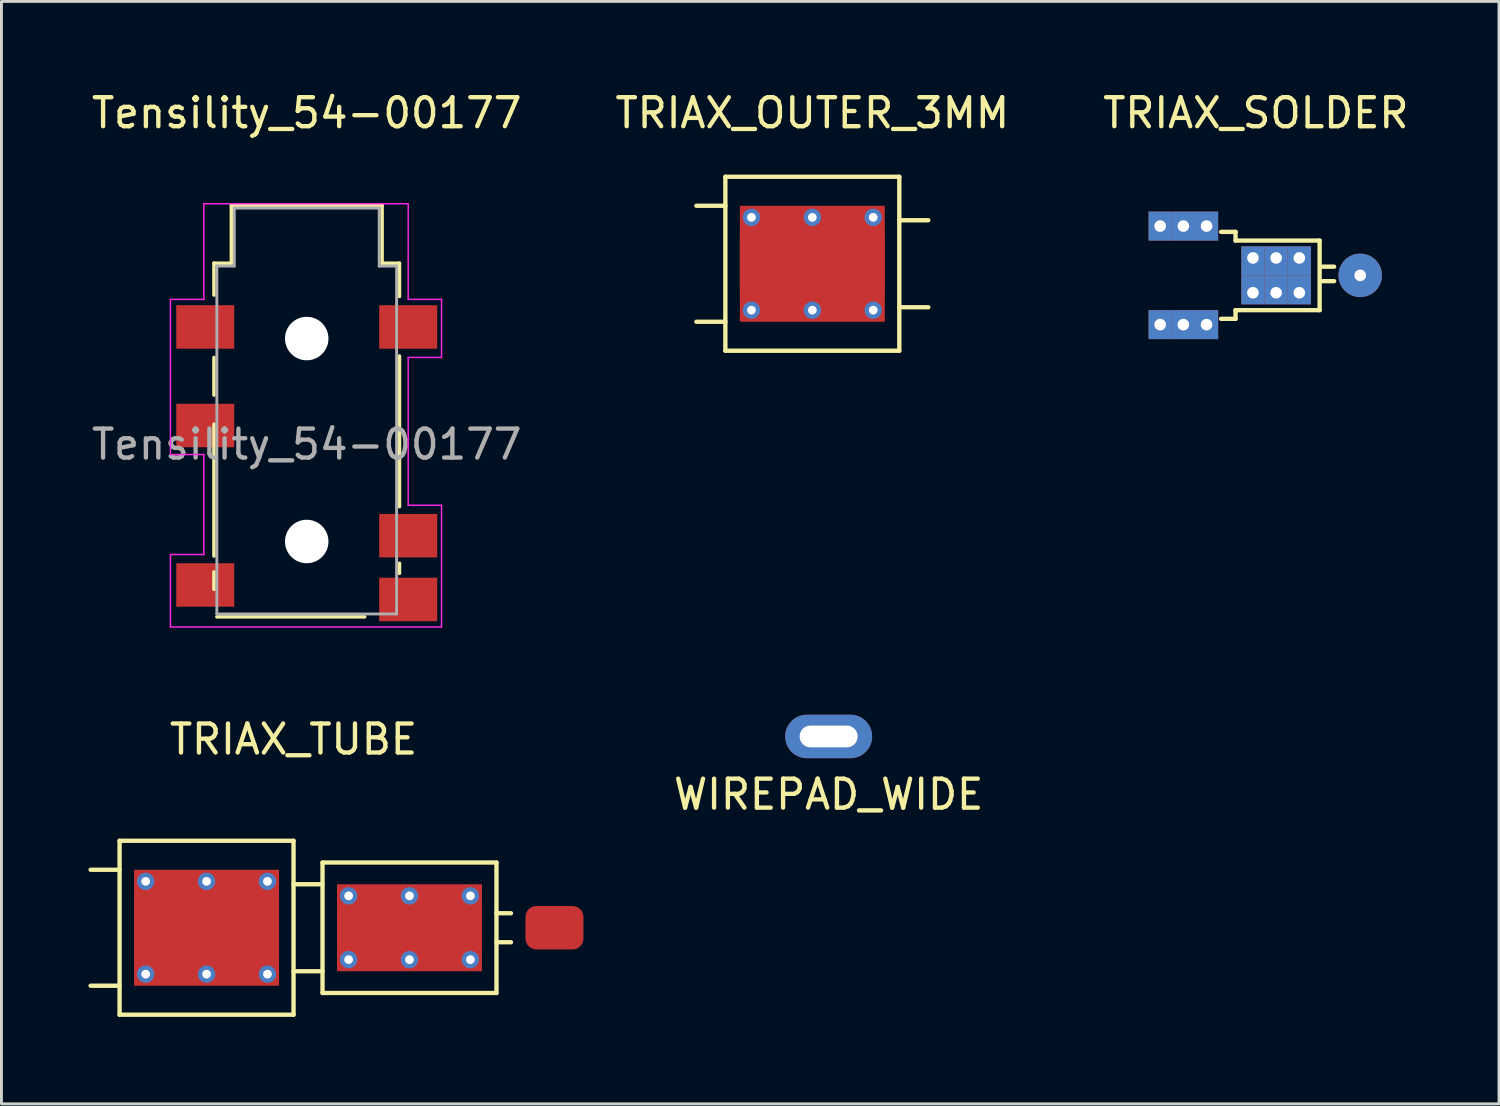
<source format=kicad_pcb>
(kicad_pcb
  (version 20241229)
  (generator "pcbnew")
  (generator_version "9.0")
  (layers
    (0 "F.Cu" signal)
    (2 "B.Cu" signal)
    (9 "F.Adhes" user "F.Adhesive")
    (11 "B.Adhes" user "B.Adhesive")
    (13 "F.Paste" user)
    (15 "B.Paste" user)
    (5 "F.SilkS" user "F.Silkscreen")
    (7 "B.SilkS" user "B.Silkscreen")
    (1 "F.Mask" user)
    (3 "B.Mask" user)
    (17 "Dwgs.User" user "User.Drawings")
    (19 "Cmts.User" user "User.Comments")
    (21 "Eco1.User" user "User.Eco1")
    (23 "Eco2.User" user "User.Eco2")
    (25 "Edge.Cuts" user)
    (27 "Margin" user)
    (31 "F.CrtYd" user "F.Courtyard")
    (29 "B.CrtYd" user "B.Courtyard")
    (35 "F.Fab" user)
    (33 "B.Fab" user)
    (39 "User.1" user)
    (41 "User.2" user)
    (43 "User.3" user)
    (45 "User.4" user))
  (footprint "TRIAX_TUBE"
    (layer "F.Cu")
    (at 12.575 28.951)
    (property "Reference" "TRIAX_TUBE" (at -5.5 -6.5 0) (layer "F.SilkS") (effects (font (size 1 1) (thickness 0.15))))
    (attr through_hole)
    (fp_line (start -12.5 -2) (end -11.5 -2) (stroke (width 0.15) (type solid)) (layer "F.SilkS"))
    (fp_line (start -12.5 2) (end -11.5 2) (stroke (width 0.15) (type solid)) (layer "F.SilkS"))
    (fp_line (start -11.5 -3) (end -5.5 -3) (stroke (width 0.15) (type solid)) (layer "F.SilkS"))
    (fp_line (start -11.5 3) (end -11.5 -3) (stroke (width 0.15) (type solid)) (layer "F.SilkS"))
    (fp_line (start -5.5 -3) (end -5.5 3) (stroke (width 0.15) (type solid)) (layer "F.SilkS"))
    (fp_line (start -5.5 -1.5) (end -4.5 -1.5) (stroke (width 0.15) (type solid)) (layer "F.SilkS"))
    (fp_line (start -5.5 1.5) (end -4.5 1.5) (stroke (width 0.15) (type solid)) (layer "F.SilkS"))
    (fp_line (start -5.5 3) (end -11.5 3) (stroke (width 0.15) (type solid)) (layer "F.SilkS"))
    (fp_line (start -4.5 -2.25) (end 1.5 -2.25) (stroke (width 0.15) (type solid)) (layer "F.SilkS"))
    (fp_line (start -4.5 2.25) (end -4.5 -2.25) (stroke (width 0.15) (type solid)) (layer "F.SilkS"))
    (fp_line (start 1.5 -2.25) (end 1.5 2.25) (stroke (width 0.15) (type solid)) (layer "F.SilkS"))
    (fp_line (start 1.5 -0.5) (end 2 -0.5) (stroke (width 0.15) (type solid)) (layer "F.SilkS"))
    (fp_line (start 1.5 0.5) (end 2 0.5) (stroke (width 0.15) (type solid)) (layer "F.SilkS"))
    (fp_line (start 1.5 2.25) (end -4.5 2.25) (stroke (width 0.15) (type solid)) (layer "F.SilkS"))
    (pad "1" smd roundrect (at 3.5 0) (size 2 1.5) (layers "F.Cu" "F.Mask") (roundrect_rratio 0.25))
    (pad "2" thru_hole circle (at -3.6 -1.1) (size 0.6 0.6) (drill 0.3) (layers "*.Cu" "*.Mask"))
    (pad "2" thru_hole circle (at -3.6 1.1) (size 0.6 0.6) (drill 0.3) (layers "*.Cu" "*.Mask"))
    (pad "2" smd rect (at -3 0) (size 2 1.5) (layers "F.Cu" "F.Mask" "F.Paste"))
    (pad "2" thru_hole circle (at -1.5 -1.1) (size 0.6 0.6) (drill 0.3) (layers "*.Cu" "*.Mask"))
    (pad "2" smd rect (at -1.5 0) (size 5 3) (layers "F.Cu" "F.Mask"))
    (pad "2" thru_hole circle (at -1.5 1.1) (size 0.6 0.6) (drill 0.3) (layers "*.Cu" "*.Mask"))
    (pad "2" smd rect (at 0 0) (size 2 1.5) (layers "F.Cu" "F.Mask" "F.Paste"))
    (pad "2" thru_hole circle (at 0.6 -1.1) (size 0.6 0.6) (drill 0.3) (layers "*.Cu" "*.Mask"))
    (pad "2" thru_hole circle (at 0.6 1.1) (size 0.6 0.6) (drill 0.3) (layers "*.Cu" "*.Mask"))
    (pad "3" thru_hole circle (at -10.6 -1.6) (size 0.6 0.6) (drill 0.3) (layers "*.Cu" "*.Mask"))
    (pad "3" thru_hole circle (at -10.6 1.6) (size 0.6 0.6) (drill 0.3) (layers "*.Cu" "*.Mask"))
    (pad "3" smd rect (at -10 0) (size 2 2) (layers "F.Cu" "F.Mask" "F.Paste"))
    (pad "3" thru_hole circle (at -8.5 -1.6) (size 0.6 0.6) (drill 0.3) (layers "*.Cu" "*.Mask"))
    (pad "3" smd rect (at -8.5 0) (size 5 4) (layers "F.Cu" "F.Mask"))
    (pad "3" thru_hole circle (at -8.5 1.6) (size 0.6 0.6) (drill 0.3) (layers "*.Cu" "*.Mask"))
    (pad "3" smd rect (at -7 0) (size 2 2) (layers "F.Cu" "F.Mask" "F.Paste"))
    (pad "3" thru_hole circle (at -6.4 -1.6) (size 0.6 0.6) (drill 0.3) (layers "*.Cu" "*.Mask"))
    (pad "3" thru_hole circle (at -6.4 1.6) (size 0.6 0.6) (drill 0.3) (layers "*.Cu" "*.Mask")))
  (footprint "TRIAX_SOLDER"
    (layer "F.Cu")
    (at 39.368 6.448)
    (property "Reference" "TRIAX_SOLDER" (at 0.9 -5.6 0) (layer "F.SilkS") (effects (font (size 1 1) (thickness 0.15))))
    (attr through_hole)
    (fp_line (start -0.3 -1.5) (end 0.2 -1.5) (stroke (width 0.15) (type solid)) (layer "F.SilkS"))
    (fp_line (start 0.2 -1.5) (end 0.2 -1.2) (stroke (width 0.15) (type solid)) (layer "F.SilkS"))
    (fp_line (start 0.2 -1.2) (end 3.1 -1.2) (stroke (width 0.15) (type solid)) (layer "F.SilkS"))
    (fp_line (start 0.2 1.2) (end 0.2 1.5) (stroke (width 0.15) (type solid)) (layer "F.SilkS"))
    (fp_line (start 0.2 1.5) (end -0.3 1.5) (stroke (width 0.15) (type solid)) (layer "F.SilkS"))
    (fp_line (start 3.1 -1.2) (end 3.1 1.2) (stroke (width 0.15) (type solid)) (layer "F.SilkS"))
    (fp_line (start 3.1 1.2) (end 0.2 1.2) (stroke (width 0.15) (type solid)) (layer "F.SilkS"))
    (fp_line (start 3.2 -0.3) (end 3.6 -0.3) (stroke (width 0.15) (type solid)) (layer "F.SilkS"))
    (fp_line (start 3.2 0.2) (end 3.6 0.2) (stroke (width 0.15) (type solid)) (layer "F.SilkS"))
    (fp_line (start -3 1) (end 0 1) (stroke (width 0.01) (type solid)) (layer "Eco2.User"))
    (fp_line (start 0 -1) (end -3 -1) (stroke (width 0.01) (type solid)) (layer "Eco2.User"))
    (fp_line (start 0 -1) (end 0 1) (stroke (width 0.01) (type solid)) (layer "Eco2.User"))
    (pad "1" thru_hole circle (at 4.5 0) (size 1.5 1.5) (drill 0.4) (layers "*.Cu" "*.Mask"))
    (pad "2" thru_hole rect (at 0.8 -0.6 180) (size 0.8 1) (drill 0.4 (offset 0 -0.1)) (layers "*.Cu" "*.Mask"))
    (pad "2" thru_hole rect (at 0.8 0.6) (size 0.8 1) (drill 0.4 (offset 0 -0.1)) (layers "*.Cu" "*.Mask"))
    (pad "2" thru_hole rect (at 1.6 -0.6 180) (size 0.8 1) (drill 0.4 (offset 0 -0.1)) (layers "*.Cu" "*.Mask"))
    (pad "2" thru_hole rect (at 1.6 0.6) (size 0.8 1) (drill 0.4 (offset 0 -0.1)) (layers "*.Cu" "*.Mask"))
    (pad "2" thru_hole rect (at 2.4 -0.6 180) (size 0.8 1) (drill 0.4 (offset 0 -0.1)) (layers "*.Cu" "*.Mask"))
    (pad "2" thru_hole rect (at 2.4 0.6) (size 0.8 1) (drill 0.4 (offset 0 -0.1)) (layers "*.Cu" "*.Mask"))
    (pad "3" thru_hole rect (at -2.4 -1.7) (size 0.8 1) (drill 0.4) (layers "*.Cu" "*.Mask"))
    (pad "3" thru_hole rect (at -2.4 1.7) (size 0.8 1) (drill 0.4) (layers "*.Cu" "*.Mask"))
    (pad "3" thru_hole rect (at -1.6 -1.7) (size 0.8 1) (drill 0.4) (layers "*.Cu" "*.Mask"))
    (pad "3" thru_hole rect (at -1.6 1.7) (size 0.8 1) (drill 0.4) (layers "*.Cu" "*.Mask"))
    (pad "3" thru_hole rect (at -0.8 -1.7) (size 0.8 1) (drill 0.4) (layers "*.Cu" "*.Mask"))
    (pad "3" thru_hole rect (at -0.8 1.7) (size 0.8 1) (drill 0.4) (layers "*.Cu" "*.Mask")))
  (footprint "TRIAX_OUTER_3MM"
    (layer "F.Cu")
    (at 24.97 6.048)
    (property "Reference" "TRIAX_OUTER_3MM" (at 0 -5.2 0) (layer "F.SilkS") (effects (font (size 1 1) (thickness 0.15))))
    (attr smd)
    (fp_line (start -4 -2) (end -3 -2) (stroke (width 0.15) (type solid)) (layer "F.SilkS"))
    (fp_line (start -4 2) (end -3 2) (stroke (width 0.15) (type solid)) (layer "F.SilkS"))
    (fp_line (start -3 -3) (end 3 -3) (stroke (width 0.15) (type solid)) (layer "F.SilkS"))
    (fp_line (start -3 3) (end -3 -3) (stroke (width 0.15) (type solid)) (layer "F.SilkS"))
    (fp_line (start 3 -3) (end 3 3) (stroke (width 0.15) (type solid)) (layer "F.SilkS"))
    (fp_line (start 3 -1.5) (end 4 -1.5) (stroke (width 0.15) (type solid)) (layer "F.SilkS"))
    (fp_line (start 3 1.5) (end 4 1.5) (stroke (width 0.15) (type solid)) (layer "F.SilkS"))
    (fp_line (start 3 3) (end -3 3) (stroke (width 0.15) (type solid)) (layer "F.SilkS"))
    (pad "1" thru_hole circle (at -2.1 -1.6) (size 0.6 0.6) (drill 0.3) (layers "*.Cu" "*.Mask"))
    (pad "1" thru_hole circle (at -2.1 1.6) (size 0.6 0.6) (drill 0.3) (layers "*.Cu" "*.Mask"))
    (pad "1" smd rect (at -1.5 0) (size 2 2) (layers "F.Cu" "F.Mask" "F.Paste"))
    (pad "1" thru_hole circle (at 0 -1.6) (size 0.6 0.6) (drill 0.3) (layers "*.Cu" "*.Mask"))
    (pad "1" smd rect (at 0 0) (size 5 4) (layers "F.Cu" "F.Mask"))
    (pad "1" thru_hole circle (at 0 1.6) (size 0.6 0.6) (drill 0.3) (layers "*.Cu" "*.Mask"))
    (pad "1" smd rect (at 1.5 0) (size 2 2) (layers "F.Cu" "F.Mask" "F.Paste"))
    (pad "1" thru_hole circle (at 2.1 -1.6) (size 0.6 0.6) (drill 0.3) (layers "*.Cu" "*.Mask"))
    (pad "1" thru_hole circle (at 2.1 1.6) (size 0.6 0.6) (drill 0.3) (layers "*.Cu" "*.Mask")))
  (footprint "Tensility_54-00177"
    (layer "F.Cu")
    (at 7.53 12.278)
    (property "Reference" "Tensility_54-00177" (at 0 -11.43 0) (layer "F.SilkS") (effects (font (size 1 1) (thickness 0.15))))
    (attr smd)
    (fp_line (start -3.2 -6.25) (end -2.6 -6.25) (stroke (width 0.12) (type solid)) (layer "F.SilkS"))
    (fp_line (start -3.2 -5.15) (end -3.2 -6.25) (stroke (width 0.12) (type solid)) (layer "F.SilkS"))
    (fp_line (start -3.2 -1.7) (end -3.2 -3) (stroke (width 0.12) (type solid)) (layer "F.SilkS"))
    (fp_line (start -3.2 3.85) (end -3.2 -0.7) (stroke (width 0.12) (type solid)) (layer "F.SilkS"))
    (fp_line (start -3.2 5) (end -3.2 4.4) (stroke (width 0.12) (type solid)) (layer "F.SilkS"))
    (fp_line (start -2.6 -8.25) (end 2.6 -8.25) (stroke (width 0.12) (type solid)) (layer "F.SilkS"))
    (fp_line (start -2.6 -6.25) (end -2.6 -8.25) (stroke (width 0.12) (type solid)) (layer "F.SilkS"))
    (fp_line (start 2 5.95) (end -3.1 5.95) (stroke (width 0.12) (type solid)) (layer "F.SilkS"))
    (fp_line (start 2.6 -8.25) (end 2.6 -6.25) (stroke (width 0.12) (type solid)) (layer "F.SilkS"))
    (fp_line (start 2.6 -6.25) (end 3.2 -6.25) (stroke (width 0.12) (type solid)) (layer "F.SilkS"))
    (fp_line (start 3.2 -6.25) (end 3.2 -5.1) (stroke (width 0.12) (type solid)) (layer "F.SilkS"))
    (fp_line (start 3.2 -3.05) (end 3.2 2.15) (stroke (width 0.12) (type solid)) (layer "F.SilkS"))
    (fp_line (start 3.2 4.1) (end 3.2 4.45) (stroke (width 0.12) (type solid)) (layer "F.SilkS"))
    (fp_line (start -4.7 -5) (end -3.55 -5) (stroke (width 0.05) (type solid)) (layer "F.CrtYd"))
    (fp_line (start -4.7 0.35) (end -4.7 -5) (stroke (width 0.05) (type solid)) (layer "F.CrtYd"))
    (fp_line (start -4.7 0.35) (end -3.55 0.35) (stroke (width 0.05) (type solid)) (layer "F.CrtYd"))
    (fp_line (start -4.7 3.8) (end -3.55 3.8) (stroke (width 0.05) (type solid)) (layer "F.CrtYd"))
    (fp_line (start -4.7 6.3) (end -4.7 3.8) (stroke (width 0.05) (type solid)) (layer "F.CrtYd"))
    (fp_line (start -3.55 -8.3) (end 3.5 -8.3) (stroke (width 0.05) (type solid)) (layer "F.CrtYd"))
    (fp_line (start -3.55 -5) (end -3.55 -8.3) (stroke (width 0.05) (type solid)) (layer "F.CrtYd"))
    (fp_line (start -3.55 3.8) (end -3.55 0.35) (stroke (width 0.05) (type solid)) (layer "F.CrtYd"))
    (fp_line (start 3.5 -5) (end 3.5 -8.3) (stroke (width 0.05) (type solid)) (layer "F.CrtYd"))
    (fp_line (start 3.5 -5) (end 4.65 -5) (stroke (width 0.05) (type solid)) (layer "F.CrtYd"))
    (fp_line (start 3.5 -3) (end 4.65 -3) (stroke (width 0.05) (type solid)) (layer "F.CrtYd"))
    (fp_line (start 3.5 2.1) (end 3.5 -3) (stroke (width 0.05) (type solid)) (layer "F.CrtYd"))
    (fp_line (start 3.5 2.1) (end 4.65 2.1) (stroke (width 0.05) (type solid)) (layer "F.CrtYd"))
    (fp_line (start 4.65 -3) (end 4.65 -5) (stroke (width 0.05) (type solid)) (layer "F.CrtYd"))
    (fp_line (start 4.65 6.3) (end -4.7 6.3) (stroke (width 0.05) (type solid)) (layer "F.CrtYd"))
    (fp_line (start 4.65 6.3) (end 4.65 2.1) (stroke (width 0.05) (type solid)) (layer "F.CrtYd"))
    (fp_line (start -3.1 -6.15) (end -3.1 5.85) (stroke (width 0.1) (type solid)) (layer "F.Fab"))
    (fp_line (start -2.5 -8.15) (end -2.5 -6.15) (stroke (width 0.1) (type solid)) (layer "F.Fab"))
    (fp_line (start -2.5 -6.15) (end -3.1 -6.15) (stroke (width 0.1) (type solid)) (layer "F.Fab"))
    (fp_line (start 2.5 -8.15) (end -2.5 -8.15) (stroke (width 0.1) (type solid)) (layer "F.Fab"))
    (fp_line (start 2.5 -6.15) (end 2.5 -8.15) (stroke (width 0.1) (type solid)) (layer "F.Fab"))
    (fp_line (start 2.5 -6.15) (end 3.1 -6.15) (stroke (width 0.1) (type solid)) (layer "F.Fab"))
    (fp_line (start 3.1 -6.15) (end 3.1 5.85) (stroke (width 0.1) (type solid)) (layer "F.Fab"))
    (fp_line (start 3.1 5.85) (end -3.1 5.85) (stroke (width 0.1) (type solid)) (layer "F.Fab"))
    (fp_text user "${REFERENCE}" (at 0 0 0) (layer "F.Fab") (effects (font (size 1 1) (thickness 0.15))))
    (pad "" np_thru_hole circle (at 0 -3.65) (size 1.5 1.5) (drill 1.5) (layers "*.Cu" "*.Mask"))
    (pad "" np_thru_hole circle (at 0 3.35) (size 1.5 1.5) (drill 1.5) (layers "*.Cu" "*.Mask"))
    (pad "R1" smd rect (at -3.5 -0.65) (size 2 1.5) (layers "F.Cu" "F.Mask" "F.Paste"))
    (pad "R1N" smd rect (at -3.5 4.85) (size 2 1.5) (layers "F.Cu" "F.Mask" "F.Paste"))
    (pad "R2" smd rect (at 3.5 -4.05) (size 2 1.5) (layers "F.Cu" "F.Mask" "F.Paste"))
    (pad "S" smd rect (at -3.5 -4.05) (size 2 1.5) (layers "F.Cu" "F.Mask" "F.Paste"))
    (pad "T" smd rect (at 3.5 3.15) (size 2 1.5) (layers "F.Cu" "F.Mask" "F.Paste"))
    (pad "TN" smd rect (at 3.5 5.35) (size 2 1.5) (layers "F.Cu" "F.Mask" "F.Paste")))
  (footprint "WIREPAD_WIDE"
    (layer "F.Cu")
    (at 25.533 22.353)
    (property "Reference" "WIREPAD_WIDE" (at 0 2 0) (layer "F.SilkS") (effects (font (size 1 1) (thickness 0.15))))
    (attr through_hole)
    (pad "1" thru_hole oval (at 0 0) (size 3 1.5) (drill oval 2 0.75) (layers "*.Cu" "*.Mask")))
  (gr_rect
    (start -3 -3)
    (end 48.655 35.026)
    (stroke (width 0.1) (type default))
    (fill no)
    (layer "Edge.Cuts")))
</source>
